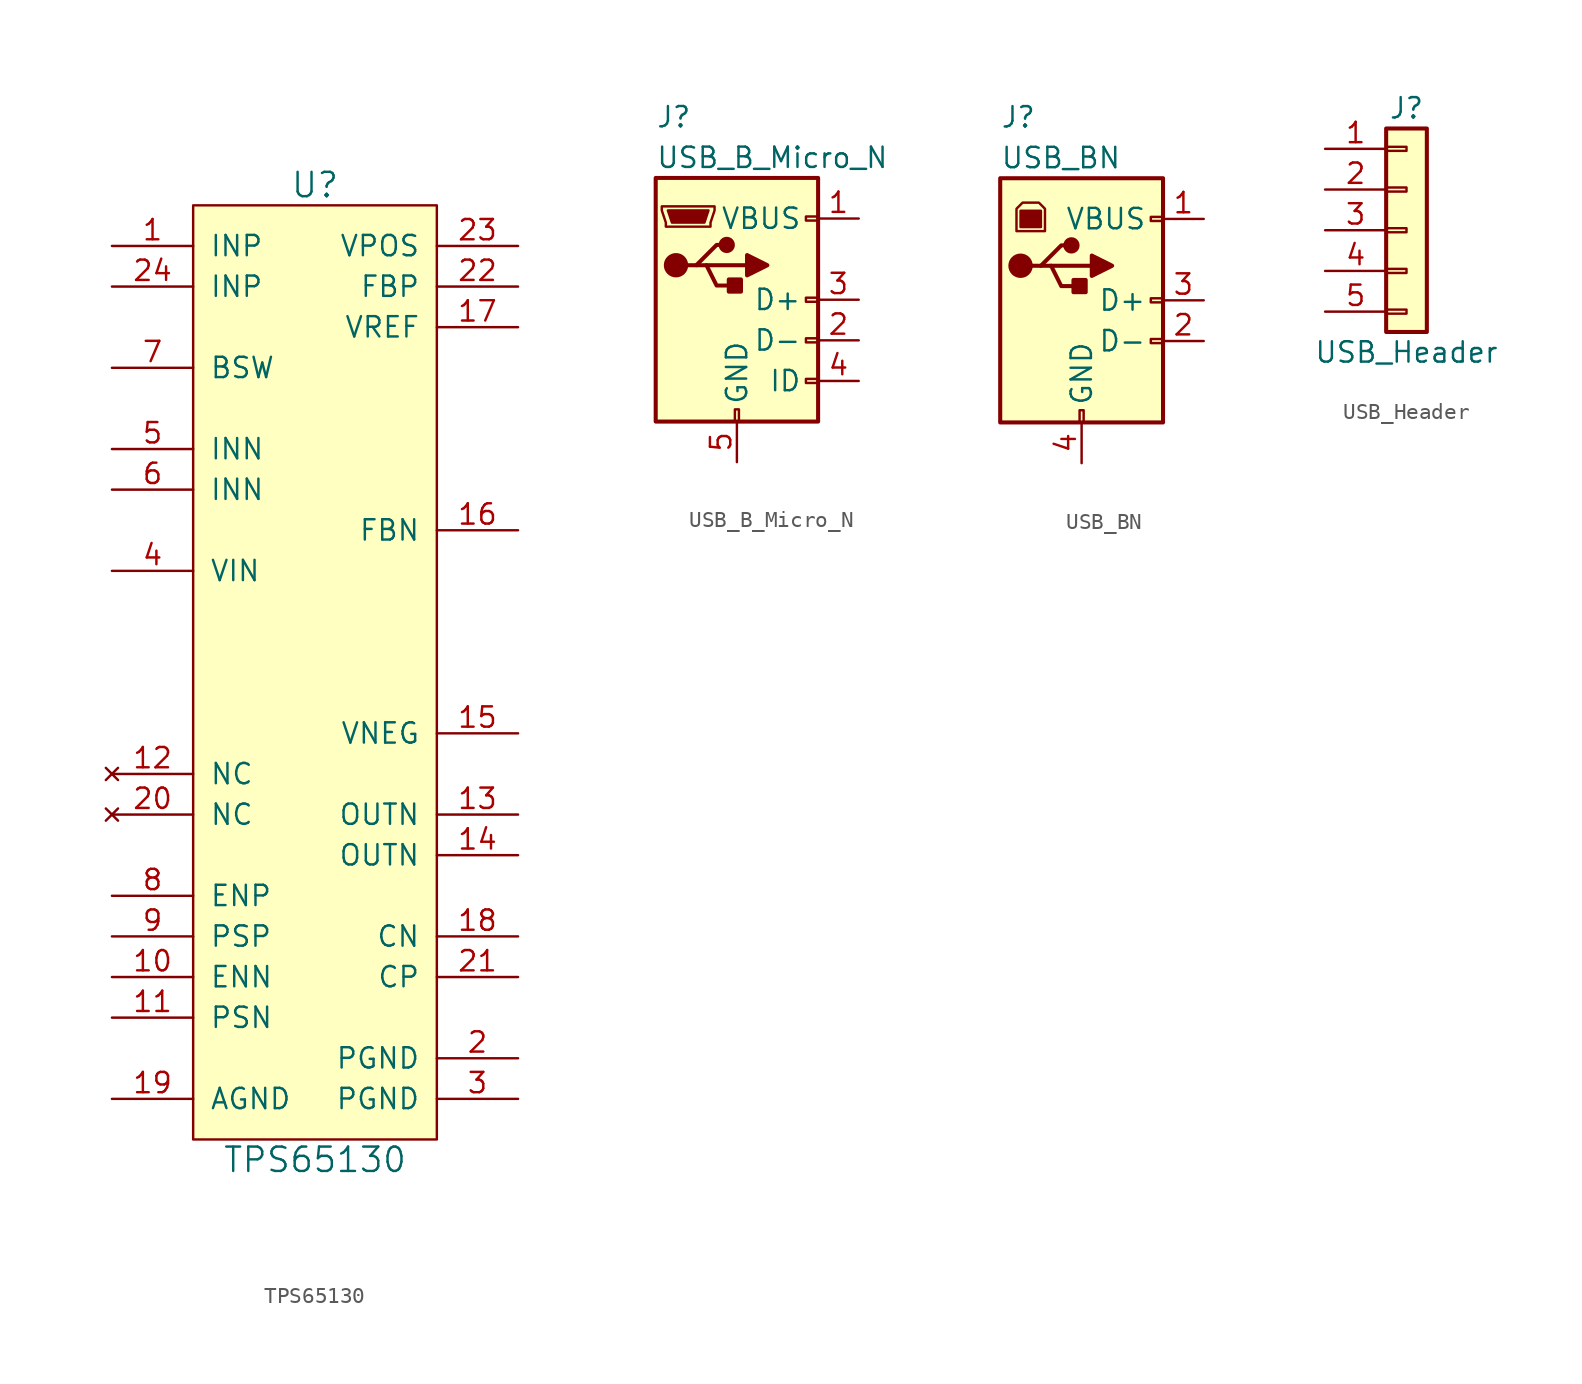
<source format=kicad_sym>
(kicad_symbol_lib
  (version 20211014)
  (generator kicad_symbol_editor)
  (symbol "TPS65130"
    (pin_names
      (offset 1.016))
    (property "Reference" "U"
      (at 0 30.48 0)
      (effects (font (size 1.524 1.524))))
    (property "Value" "TPS65130"
      (at 0 -30.48 0)
      (effects (font (size 1.524 1.524))))
    (symbol "TPS65130_0_1"
      (rectangle (start -7.62 29.21) (end 7.62 -29.21) (stroke (width 0) (type default) (color 0 0 0 0)) (fill (type background))))
    (symbol "TPS65130_1_1"
      (pin input line (at -12.7 26.67 0) (length 5.08) (name "INP" (effects (font (size 1.27 1.27)))) (number "1" (effects (font (size 1.27 1.27)))))
      (pin input line (at -12.7 -19.05 0) (length 5.08) (name "ENN" (effects (font (size 1.27 1.27)))) (number "10" (effects (font (size 1.27 1.27)))))
      (pin input line (at -12.7 -21.59 0) (length 5.08) (name "PSN" (effects (font (size 1.27 1.27)))) (number "11" (effects (font (size 1.27 1.27)))))
      (pin no_connect line (at -12.7 -6.35 0) (length 5.08) (name "NC" (effects (font (size 1.27 1.27)))) (number "12" (effects (font (size 1.27 1.27)))))
      (pin output line (at 12.7 -8.89 180) (length 5.08) (name "OUTN" (effects (font (size 1.27 1.27)))) (number "13" (effects (font (size 1.27 1.27)))))
      (pin output line (at 12.7 -11.43 180) (length 5.08) (name "OUTN" (effects (font (size 1.27 1.27)))) (number "14" (effects (font (size 1.27 1.27)))))
      (pin input line (at 12.7 -3.81 180) (length 5.08) (name "VNEG" (effects (font (size 1.27 1.27)))) (number "15" (effects (font (size 1.27 1.27)))))
      (pin input line (at 12.7 8.89 180) (length 5.08) (name "FBN" (effects (font (size 1.27 1.27)))) (number "16" (effects (font (size 1.27 1.27)))))
      (pin output line (at 12.7 21.59 180) (length 5.08) (name "VREF" (effects (font (size 1.27 1.27)))) (number "17" (effects (font (size 1.27 1.27)))))
      (pin passive line (at 12.7 -16.51 180) (length 5.08) (name "CN" (effects (font (size 1.27 1.27)))) (number "18" (effects (font (size 1.27 1.27)))))
      (pin power_in line (at -12.7 -26.67 0) (length 5.08) (name "AGND" (effects (font (size 1.27 1.27)))) (number "19" (effects (font (size 1.27 1.27)))))
      (pin power_in line (at 12.7 -24.13 180) (length 5.08) (name "PGND" (effects (font (size 1.27 1.27)))) (number "2" (effects (font (size 1.27 1.27)))))
      (pin no_connect line (at -12.7 -8.89 0) (length 5.08) (name "NC" (effects (font (size 1.27 1.27)))) (number "20" (effects (font (size 1.27 1.27)))))
      (pin passive line (at 12.7 -19.05 180) (length 5.08) (name "CP" (effects (font (size 1.27 1.27)))) (number "21" (effects (font (size 1.27 1.27)))))
      (pin input line (at 12.7 24.13 180) (length 5.08) (name "FBP" (effects (font (size 1.27 1.27)))) (number "22" (effects (font (size 1.27 1.27)))))
      (pin input line (at 12.7 26.67 180) (length 5.08) (name "VPOS" (effects (font (size 1.27 1.27)))) (number "23" (effects (font (size 1.27 1.27)))))
      (pin input line (at -12.7 24.13 0) (length 5.08) (name "INP" (effects (font (size 1.27 1.27)))) (number "24" (effects (font (size 1.27 1.27)))))
      (pin power_in line (at 12.7 -26.67 180) (length 5.08) (name "PGND" (effects (font (size 1.27 1.27)))) (number "3" (effects (font (size 1.27 1.27)))))
      (pin input line (at -12.7 6.35 0) (length 5.08) (name "VIN" (effects (font (size 1.27 1.27)))) (number "4" (effects (font (size 1.27 1.27)))))
      (pin input line (at -12.7 13.97 0) (length 5.08) (name "INN" (effects (font (size 1.27 1.27)))) (number "5" (effects (font (size 1.27 1.27)))))
      (pin input line (at -12.7 11.43 0) (length 5.08) (name "INN" (effects (font (size 1.27 1.27)))) (number "6" (effects (font (size 1.27 1.27)))))
      (pin output line (at -12.7 19.05 0) (length 5.08) (name "BSW" (effects (font (size 1.27 1.27)))) (number "7" (effects (font (size 1.27 1.27)))))
      (pin input line (at -12.7 -13.97 0) (length 5.08) (name "ENP" (effects (font (size 1.27 1.27)))) (number "8" (effects (font (size 1.27 1.27)))))
      (pin input line (at -12.7 -16.51 0) (length 5.08) (name "PSP" (effects (font (size 1.27 1.27)))) (number "9" (effects (font (size 1.27 1.27)))))))
  (symbol "USB_B_Micro_N"
    (pin_names
      (offset 1.016))
    (property "Reference" "J"
      (at -5.08 11.43 0)
      (effects (font (size 1.27 1.27)) (justify left)))
    (property "Value" "USB_B_Micro_N"
      (at -5.08 8.89 0)
      (effects (font (size 1.27 1.27)) (justify left)))
    (symbol "USB_B_Micro_N_0_1"
      (rectangle (start -5.08 -7.62) (end 5.08 7.62) (stroke (width 0.254) (type default) (color 0 0 0 0)) (fill (type background)))
      (circle (center -3.81 2.159) (radius 0.635) (stroke (width 0.254) (type default) (color 0 0 0 0)) (fill (type outline)))
      (circle (center -0.635 3.429) (radius 0.381) (stroke (width 0.254) (type default) (color 0 0 0 0)) (fill (type outline)))
      (rectangle (start -0.127 -7.62) (end 0.127 -6.858) (stroke (width 0) (type default) (color 0 0 0 0)) (fill (type none)))
      (polyline (pts (xy -1.905 2.159) (xy 0.635 2.159)) (stroke (width 0.254) (type default) (color 0 0 0 0)) (fill (type none)))
      (polyline (pts (xy -3.175 2.159) (xy -2.54 2.159) (xy -1.27 3.429) (xy -0.635 3.429)) (stroke (width 0.254) (type default) (color 0 0 0 0)) (fill (type none)))
      (polyline (pts (xy -2.54 2.159) (xy -1.905 2.159) (xy -1.27 0.889) (xy 0 0.889)) (stroke (width 0.254) (type default) (color 0 0 0 0)) (fill (type none)))
      (polyline (pts (xy 0.635 2.794) (xy 0.635 1.524) (xy 1.905 2.159) (xy 0.635 2.794)) (stroke (width 0.254) (type default) (color 0 0 0 0)) (fill (type outline)))
      (polyline (pts (xy -4.318 5.588) (xy -1.778 5.588) (xy -2.032 4.826) (xy -4.064 4.826) (xy -4.318 5.588)) (stroke (width 0) (type default) (color 0 0 0 0)) (fill (type outline)))
      (polyline (pts (xy -4.699 5.842) (xy -4.699 5.588) (xy -4.445 4.826) (xy -4.445 4.572) (xy -1.651 4.572) (xy -1.651 4.826) (xy -1.397 5.588) (xy -1.397 5.842) (xy -4.699 5.842)) (stroke (width 0) (type default) (color 0 0 0 0)) (fill (type none)))
      (rectangle (start 0.254 1.27) (end -0.508 0.508) (stroke (width 0.254) (type default) (color 0 0 0 0)) (fill (type outline)))
      (rectangle (start 5.08 -5.207) (end 4.318 -4.953) (stroke (width 0) (type default) (color 0 0 0 0)) (fill (type none)))
      (rectangle (start 5.08 -2.667) (end 4.318 -2.413) (stroke (width 0) (type default) (color 0 0 0 0)) (fill (type none)))
      (rectangle (start 5.08 -0.127) (end 4.318 0.127) (stroke (width 0) (type default) (color 0 0 0 0)) (fill (type none)))
      (rectangle (start 5.08 4.953) (end 4.318 5.207) (stroke (width 0) (type default) (color 0 0 0 0)) (fill (type none))))
    (symbol "USB_B_Micro_N_1_1"
      (pin power_out line (at 7.62 5.08 180) (length 2.54) (name "VBUS" (effects (font (size 1.27 1.27)))) (number "1" (effects (font (size 1.27 1.27)))))
      (pin passive line (at 7.62 -2.54 180) (length 2.54) (name "D-" (effects (font (size 1.27 1.27)))) (number "2" (effects (font (size 1.27 1.27)))))
      (pin passive line (at 7.62 0 180) (length 2.54) (name "D+" (effects (font (size 1.27 1.27)))) (number "3" (effects (font (size 1.27 1.27)))))
      (pin passive line (at 7.62 -5.08 180) (length 2.54) (name "ID" (effects (font (size 1.27 1.27)))) (number "4" (effects (font (size 1.27 1.27)))))
      (pin power_out line (at 0 -10.16 90) (length 2.54) (name "GND" (effects (font (size 1.27 1.27)))) (number "5" (effects (font (size 1.27 1.27)))))))
  (symbol "USB_BN"
    (pin_names
      (offset 1.016))
    (property "Reference" "J"
      (at -5.08 11.43 0)
      (effects (font (size 1.27 1.27)) (justify left)))
    (property "Value" "USB_BN"
      (at -5.08 8.89 0)
      (effects (font (size 1.27 1.27)) (justify left)))
    (symbol "USB_BN_0_1"
      (rectangle (start -5.08 -7.62) (end 5.08 7.62) (stroke (width 0.254) (type default) (color 0 0 0 0)) (fill (type background)))
      (circle (center -3.81 2.159) (radius 0.635) (stroke (width 0.254) (type default) (color 0 0 0 0)) (fill (type outline)))
      (rectangle (start -3.81 5.588) (end -2.54 4.572) (stroke (width 0) (type default) (color 0 0 0 0)) (fill (type outline)))
      (circle (center -0.635 3.429) (radius 0.381) (stroke (width 0.254) (type default) (color 0 0 0 0)) (fill (type outline)))
      (rectangle (start -0.127 -7.62) (end 0.127 -6.858) (stroke (width 0) (type default) (color 0 0 0 0)) (fill (type none)))
      (polyline (pts (xy -1.905 2.159) (xy 0.635 2.159)) (stroke (width 0.254) (type default) (color 0 0 0 0)) (fill (type none)))
      (polyline (pts (xy -3.175 2.159) (xy -2.54 2.159) (xy -1.27 3.429) (xy -0.635 3.429)) (stroke (width 0.254) (type default) (color 0 0 0 0)) (fill (type none)))
      (polyline (pts (xy -2.54 2.159) (xy -1.905 2.159) (xy -1.27 0.889) (xy 0 0.889)) (stroke (width 0.254) (type default) (color 0 0 0 0)) (fill (type none)))
      (polyline (pts (xy 0.635 2.794) (xy 0.635 1.524) (xy 1.905 2.159) (xy 0.635 2.794)) (stroke (width 0.254) (type default) (color 0 0 0 0)) (fill (type outline)))
      (polyline (pts (xy -4.064 4.318) (xy -2.286 4.318) (xy -2.286 5.715) (xy -2.667 6.096) (xy -3.683 6.096) (xy -4.064 5.715) (xy -4.064 4.318)) (stroke (width 0) (type default) (color 0 0 0 0)) (fill (type none)))
      (rectangle (start 0.254 1.27) (end -0.508 0.508) (stroke (width 0.254) (type default) (color 0 0 0 0)) (fill (type outline)))
      (rectangle (start 5.08 -2.667) (end 4.318 -2.413) (stroke (width 0) (type default) (color 0 0 0 0)) (fill (type none)))
      (rectangle (start 5.08 -0.127) (end 4.318 0.127) (stroke (width 0) (type default) (color 0 0 0 0)) (fill (type none)))
      (rectangle (start 5.08 4.953) (end 4.318 5.207) (stroke (width 0) (type default) (color 0 0 0 0)) (fill (type none))))
    (symbol "USB_BN_1_1"
      (pin power_out line (at 7.62 5.08 180) (length 2.54) (name "VBUS" (effects (font (size 1.27 1.27)))) (number "1" (effects (font (size 1.27 1.27)))))
      (pin passive line (at 7.62 -2.54 180) (length 2.54) (name "D-" (effects (font (size 1.27 1.27)))) (number "2" (effects (font (size 1.27 1.27)))))
      (pin passive line (at 7.62 0 180) (length 2.54) (name "D+" (effects (font (size 1.27 1.27)))) (number "3" (effects (font (size 1.27 1.27)))))
      (pin power_out line (at 0 -10.16 90) (length 2.54) (name "GND" (effects (font (size 1.27 1.27)))) (number "4" (effects (font (size 1.27 1.27)))))))
  (symbol "USB_Header"
    (pin_names
      (offset 1.016) hide)
    (property "Reference" "J"
      (at 0 7.62 0)
      (effects (font (size 1.27 1.27))))
    (property "Value" "USB_Header"
      (at 0 -7.62 0)
      (effects (font (size 1.27 1.27))))
    (symbol "USB_Header_1_1"
      (rectangle (start -1.27 -4.953) (end 0 -5.207) (stroke (width 0.152) (type default) (color 0 0 0 0)) (fill (type none)))
      (rectangle (start -1.27 -2.413) (end 0 -2.667) (stroke (width 0.152) (type default) (color 0 0 0 0)) (fill (type none)))
      (rectangle (start -1.27 0.127) (end 0 -0.127) (stroke (width 0.152) (type default) (color 0 0 0 0)) (fill (type none)))
      (rectangle (start -1.27 2.667) (end 0 2.413) (stroke (width 0.152) (type default) (color 0 0 0 0)) (fill (type none)))
      (rectangle (start -1.27 5.207) (end 0 4.953) (stroke (width 0.152) (type default) (color 0 0 0 0)) (fill (type none)))
      (rectangle (start -1.27 6.35) (end 1.27 -6.35) (stroke (width 0.254) (type default) (color 0 0 0 0)) (fill (type background)))
      (pin power_out line (at -5.08 5.08 0) (length 3.81) (name "Pin_1" (effects (font (size 1.27 1.27)))) (number "1" (effects (font (size 1.27 1.27)))))
      (pin passive line (at -5.08 2.54 0) (length 3.81) (name "Pin_2" (effects (font (size 1.27 1.27)))) (number "2" (effects (font (size 1.27 1.27)))))
      (pin passive line (at -5.08 0 0) (length 3.81) (name "Pin_3" (effects (font (size 1.27 1.27)))) (number "3" (effects (font (size 1.27 1.27)))))
      (pin passive line (at -5.08 -2.54 0) (length 3.81) (name "Pin_4" (effects (font (size 1.27 1.27)))) (number "4" (effects (font (size 1.27 1.27)))))
      (pin passive line (at -5.08 -5.08 0) (length 3.81) (name "Pin_5" (effects (font (size 1.27 1.27)))) (number "5" (effects (font (size 1.27 1.27))))))))
</source>
